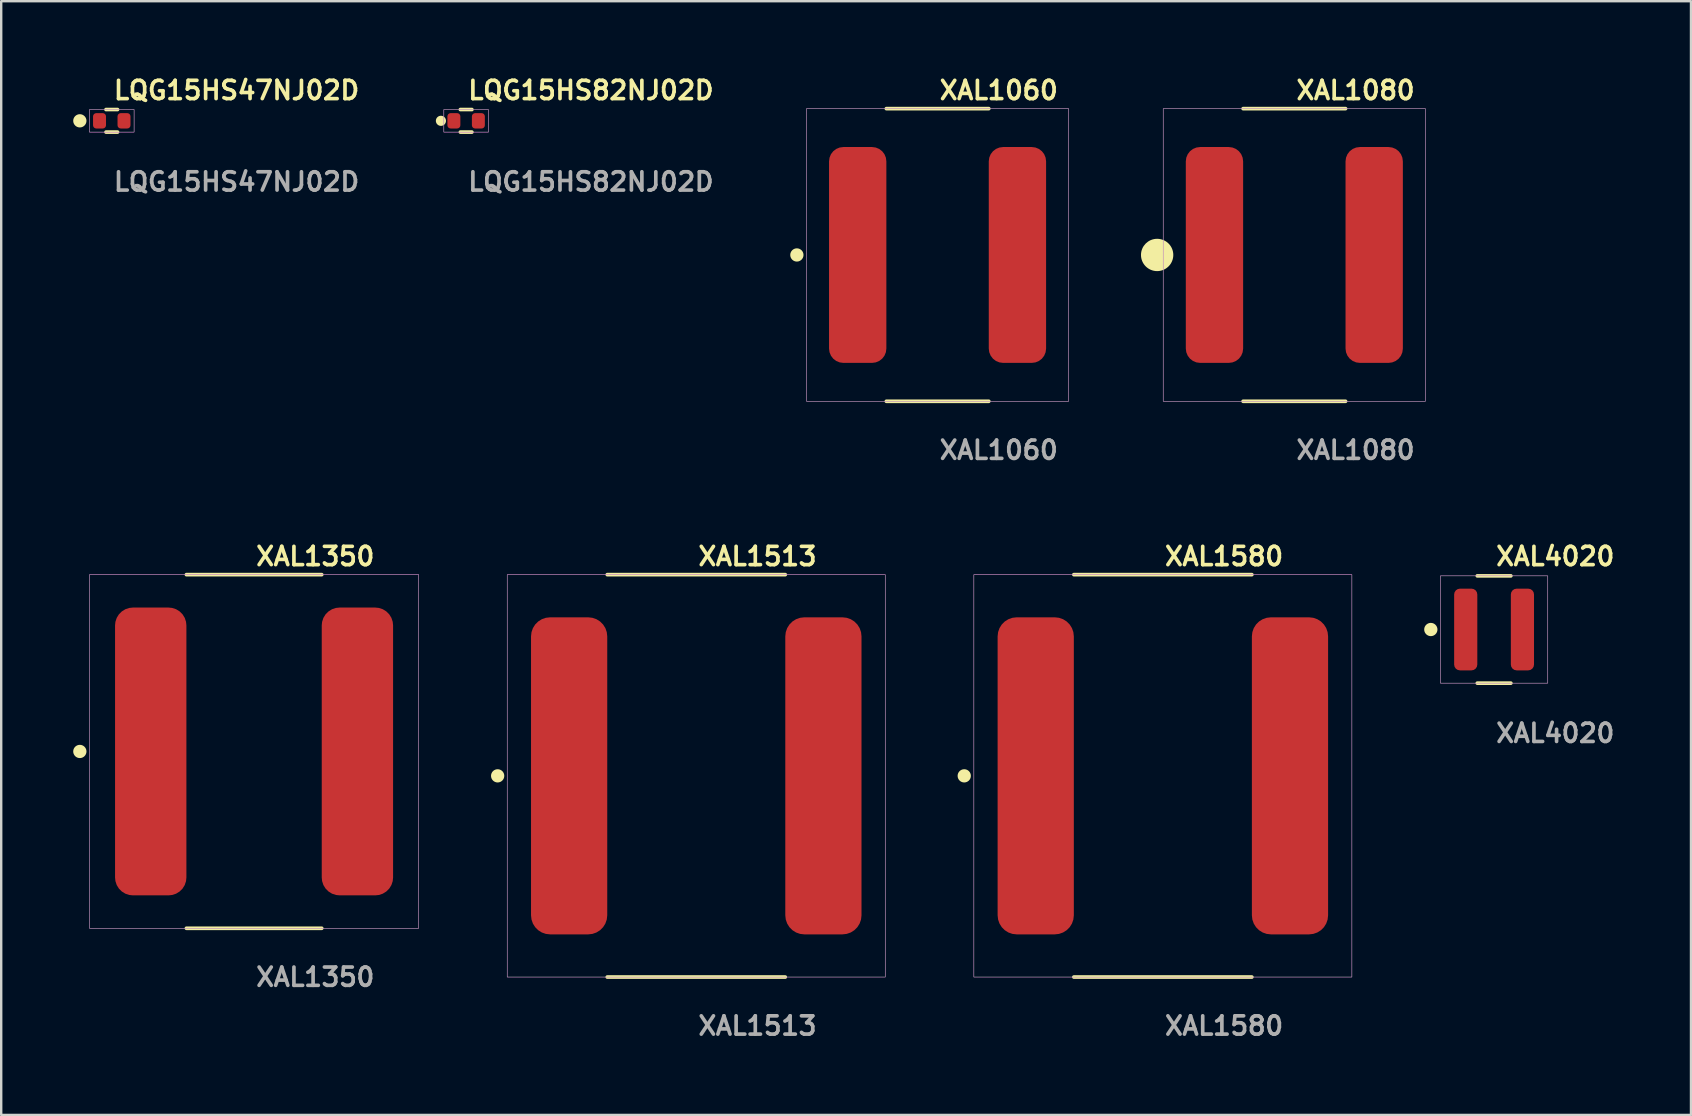
<source format=kicad_pcb>
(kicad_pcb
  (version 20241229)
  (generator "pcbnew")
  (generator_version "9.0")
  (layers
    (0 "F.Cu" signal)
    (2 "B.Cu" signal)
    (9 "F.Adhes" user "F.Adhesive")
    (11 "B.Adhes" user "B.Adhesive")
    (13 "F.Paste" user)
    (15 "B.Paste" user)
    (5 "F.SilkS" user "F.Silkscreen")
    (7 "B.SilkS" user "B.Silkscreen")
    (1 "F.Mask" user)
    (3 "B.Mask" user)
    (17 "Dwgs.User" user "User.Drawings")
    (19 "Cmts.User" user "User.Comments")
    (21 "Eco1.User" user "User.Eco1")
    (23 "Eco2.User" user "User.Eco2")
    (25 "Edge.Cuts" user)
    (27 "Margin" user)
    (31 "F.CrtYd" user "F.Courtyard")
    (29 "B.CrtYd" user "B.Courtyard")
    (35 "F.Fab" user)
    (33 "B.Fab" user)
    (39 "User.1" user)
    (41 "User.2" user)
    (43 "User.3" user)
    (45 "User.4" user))
  (footprint "XAL4020"
    (layer "F.Cu")
    (at 59.19 23.174)
    (property "Reference" "XAL4020" (at 0 -3.048 0) (unlocked yes) (layer "F.SilkS") (effects (font (size 0.762 0.762) (thickness 0.152)) (justify left)))
    (fp_line (start 0.699 -2.235) (end -0.699 -2.235) (stroke (width 0.152) (type solid)) (layer "F.SilkS"))
    (fp_line (start 0.699 2.235) (end -0.699 2.235) (stroke (width 0.152) (type solid)) (layer "F.SilkS"))
    (fp_circle (center -2.635 0) (end -2.835 0) (stroke (width 0.152) (type solid)) (fill yes) (layer "F.SilkS"))
    (fp_rect (start -2.235 -2.235) (end 2.235 2.235) (stroke (width 0.006) (type solid)) (fill no) (layer "F.CrtYd"))
    (fp_rect (start -2.235 -2.235) (end 2.235 2.235) (stroke (width 0.025) (type default)) (fill no) (layer "F.Fab"))
    (fp_text user "${REFERENCE}" (at 0 4.318 0) (unlocked yes) (layer "F.Fab") (effects (font (size 0.762 0.762) (thickness 0.152)) (justify left)))
    (pad "1" smd roundrect (at -1.181 0) (size 0.965 3.404) (layers "F.Cu" "F.Mask" "F.Paste") (roundrect_rratio 0.25))
    (pad "2" smd roundrect (at 1.181 0) (size 0.965 3.404) (layers "F.Cu" "F.Mask" "F.Paste") (roundrect_rratio 0.25)))
  (footprint "XAL1350"
    (layer "F.Cu")
    (at 7.534 28.254)
    (property "Reference" "XAL1350" (at 0 -8.128 0) (unlocked yes) (layer "F.SilkS") (effects (font (size 0.762 0.762) (thickness 0.152)) (justify left)))
    (fp_line (start 2.819 -7.366) (end -2.819 -7.366) (stroke (width 0.152) (type solid)) (layer "F.SilkS"))
    (fp_line (start 2.819 7.366) (end -2.819 7.366) (stroke (width 0.152) (type solid)) (layer "F.SilkS"))
    (fp_circle (center -7.258 0) (end -7.458 0) (stroke (width 0.152) (type solid)) (fill yes) (layer "F.SilkS"))
    (fp_rect (start -6.858 -7.366) (end 6.858 7.366) (stroke (width 0.006) (type solid)) (fill no) (layer "F.CrtYd"))
    (fp_rect (start -6.858 -7.366) (end 6.858 7.366) (stroke (width 0.025) (type default)) (fill no) (layer "F.Fab"))
    (fp_text user "${REFERENCE}" (at 0 9.398 0) (unlocked yes) (layer "F.Fab") (effects (font (size 0.762 0.762) (thickness 0.152)) (justify left)))
    (pad "1" smd roundrect (at -4.305 0) (size 2.972 11.989) (layers "F.Cu" "F.Mask" "F.Paste") (roundrect_rratio 0.25))
    (pad "2" smd roundrect (at 4.305 0) (size 2.972 11.989) (layers "F.Cu" "F.Mask" "F.Paste") (roundrect_rratio 0.25)))
  (footprint "XAL1580"
    (layer "F.Cu")
    (at 45.392 29.27)
    (property "Reference" "XAL1580" (at 0 -9.144 0) (unlocked yes) (layer "F.SilkS") (effects (font (size 0.762 0.762) (thickness 0.152)) (justify left)))
    (fp_line (start 3.708 -8.382) (end -3.708 -8.382) (stroke (width 0.152) (type solid)) (layer "F.SilkS"))
    (fp_line (start 3.708 8.382) (end -3.708 8.382) (stroke (width 0.152) (type solid)) (layer "F.SilkS"))
    (fp_circle (center -8.274 0) (end -8.474 0) (stroke (width 0.152) (type solid)) (fill yes) (layer "F.SilkS"))
    (fp_rect (start -7.874 -8.382) (end 7.874 8.382) (stroke (width 0.006) (type solid)) (fill no) (layer "F.CrtYd"))
    (fp_rect (start -7.874 -8.382) (end 7.874 8.382) (stroke (width 0.025) (type default)) (fill no) (layer "F.Fab"))
    (fp_text user "${REFERENCE}" (at 0 10.414 0) (unlocked yes) (layer "F.Fab") (effects (font (size 0.762 0.762) (thickness 0.152)) (justify left)))
    (pad "1" smd roundrect (at -5.296 0) (size 3.175 13.208) (layers "F.Cu" "F.Mask" "F.Paste") (roundrect_rratio 0.25))
    (pad "2" smd roundrect (at 5.296 0) (size 3.175 13.208) (layers "F.Cu" "F.Mask" "F.Paste") (roundrect_rratio 0.25)))
  (footprint "LQG15HS82NJ02D"
    (layer "F.Cu")
    (at 16.368 1.983)
    (property "Reference" "LQG15HS82NJ02D" (at 0 -1.27 0) (unlocked yes) (layer "F.SilkS") (effects (font (size 0.762 0.762) (thickness 0.152)) (justify left)))
    (fp_line (start 0.24 -0.47) (end -0.24 -0.47) (stroke (width 0.152) (type solid)) (layer "F.SilkS"))
    (fp_line (start 0.24 0.47) (end -0.24 0.47) (stroke (width 0.152) (type solid)) (layer "F.SilkS"))
    (fp_circle (center -1.05 0) (end -1.185 0) (stroke (width 0.152) (type solid)) (fill yes) (layer "F.SilkS"))
    (fp_rect (start -0.93 -0.47) (end 0.93 0.47) (stroke (width 0.006) (type solid)) (fill no) (layer "F.CrtYd"))
    (fp_rect (start -0.93 -0.47) (end 0.93 0.47) (stroke (width 0.025) (type default)) (fill no) (layer "F.Fab"))
    (fp_text user "${REFERENCE}" (at 0 2.54 0) (unlocked yes) (layer "F.Fab") (effects (font (size 0.762 0.762) (thickness 0.152)) (justify left)))
    (pad "1" smd roundrect (at -0.51 0) (size 0.54 0.64) (layers "F.Cu" "F.Mask" "F.Paste") (roundrect_rratio 0.25))
    (pad "2" smd roundrect (at 0.51 0) (size 0.54 0.64) (layers "F.Cu" "F.Mask" "F.Paste") (roundrect_rratio 0.25)))
  (footprint "XAL1060"
    (layer "F.Cu")
    (at 36.007 7.571)
    (property "Reference" "XAL1060" (at 0 -6.858 0) (unlocked yes) (layer "F.SilkS") (effects (font (size 0.762 0.762) (thickness 0.152)) (justify left)))
    (fp_line (start 2.134 -6.096) (end -2.134 -6.096) (stroke (width 0.152) (type solid)) (layer "F.SilkS"))
    (fp_line (start 2.134 6.096) (end -2.134 6.096) (stroke (width 0.152) (type solid)) (layer "F.SilkS"))
    (fp_circle (center -5.861 0) (end -6.061 0) (stroke (width 0.152) (type solid)) (fill yes) (layer "F.SilkS"))
    (fp_rect (start -5.461 -6.096) (end 5.461 6.096) (stroke (width 0.006) (type solid)) (fill no) (layer "F.CrtYd"))
    (fp_rect (start -5.461 -6.096) (end 5.461 6.096) (stroke (width 0.025) (type default)) (fill no) (layer "F.Fab"))
    (fp_text user "${REFERENCE}" (at 0 8.128 0) (unlocked yes) (layer "F.Fab") (effects (font (size 0.762 0.762) (thickness 0.152)) (justify left)))
    (pad "1" smd roundrect (at -3.327 0) (size 2.388 8.992) (layers "F.Cu" "F.Mask" "F.Paste") (roundrect_rratio 0.25))
    (pad "2" smd roundrect (at 3.327 0) (size 2.388 8.992) (layers "F.Cu" "F.Mask" "F.Paste") (roundrect_rratio 0.25)))
  (footprint "LQG15HS47NJ02D"
    (layer "F.Cu")
    (at 1.606 1.983)
    (property "Reference" "LQG15HS47NJ02D" (at 0 -1.27 0) (unlocked yes) (layer "F.SilkS") (effects (font (size 0.762 0.762) (thickness 0.152)) (justify left)))
    (fp_line (start 0.24 -0.47) (end -0.24 -0.47) (stroke (width 0.152) (type solid)) (layer "F.SilkS"))
    (fp_line (start 0.24 0.47) (end -0.24 0.47) (stroke (width 0.152) (type solid)) (layer "F.SilkS"))
    (fp_circle (center -1.33 0) (end -1.53 0) (stroke (width 0.152) (type solid)) (fill yes) (layer "F.SilkS"))
    (fp_rect (start -0.93 -0.47) (end 0.93 0.47) (stroke (width 0.006) (type solid)) (fill no) (layer "F.CrtYd"))
    (fp_rect (start -0.93 -0.47) (end 0.93 0.47) (stroke (width 0.025) (type default)) (fill no) (layer "F.Fab"))
    (fp_text user "${REFERENCE}" (at 0 2.54 0) (unlocked yes) (layer "F.Fab") (effects (font (size 0.762 0.762) (thickness 0.152)) (justify left)))
    (pad "1" smd roundrect (at -0.51 0) (size 0.54 0.64) (layers "F.Cu" "F.Mask" "F.Paste") (roundrect_rratio 0.25))
    (pad "2" smd roundrect (at 0.51 0) (size 0.54 0.64) (layers "F.Cu" "F.Mask" "F.Paste") (roundrect_rratio 0.25)))
  (footprint "XAL1513"
    (layer "F.Cu")
    (at 25.955 29.27)
    (property "Reference" "XAL1513" (at 0 -9.144 0) (unlocked yes) (layer "F.SilkS") (effects (font (size 0.762 0.762) (thickness 0.152)) (justify left)))
    (fp_line (start 3.708 -8.382) (end -3.708 -8.382) (stroke (width 0.152) (type solid)) (layer "F.SilkS"))
    (fp_line (start 3.708 8.382) (end -3.708 8.382) (stroke (width 0.152) (type solid)) (layer "F.SilkS"))
    (fp_circle (center -8.274 0) (end -8.474 0) (stroke (width 0.152) (type solid)) (fill yes) (layer "F.SilkS"))
    (fp_rect (start -7.874 -8.382) (end 7.874 8.382) (stroke (width 0.006) (type solid)) (fill no) (layer "F.CrtYd"))
    (fp_rect (start -7.874 -8.382) (end 7.874 8.382) (stroke (width 0.025) (type default)) (fill no) (layer "F.Fab"))
    (fp_text user "${REFERENCE}" (at 0 10.414 0) (unlocked yes) (layer "F.Fab") (effects (font (size 0.762 0.762) (thickness 0.152)) (justify left)))
    (pad "1" smd roundrect (at -5.296 0) (size 3.175 13.208) (layers "F.Cu" "F.Mask" "F.Paste") (roundrect_rratio 0.25))
    (pad "2" smd roundrect (at 5.296 0) (size 3.175 13.208) (layers "F.Cu" "F.Mask" "F.Paste") (roundrect_rratio 0.25)))
  (footprint "XAL1080"
    (layer "F.Cu")
    (at 50.869 7.571)
    (property "Reference" "XAL1080" (at 0 -6.858 0) (unlocked yes) (layer "F.SilkS") (effects (font (size 0.762 0.762) (thickness 0.152)) (justify left)))
    (fp_line (start 2.134 -6.096) (end -2.134 -6.096) (stroke (width 0.152) (type solid)) (layer "F.SilkS"))
    (fp_line (start 2.134 6.096) (end -2.134 6.096) (stroke (width 0.152) (type solid)) (layer "F.SilkS"))
    (fp_circle (center -5.715 0) (end -6.312 0) (stroke (width 0.152) (type solid)) (fill yes) (layer "F.SilkS"))
    (fp_rect (start -5.461 -6.096) (end 5.461 6.096) (stroke (width 0.006) (type solid)) (fill no) (layer "F.CrtYd"))
    (fp_rect (start -5.461 -6.096) (end 5.461 6.096) (stroke (width 0.025) (type default)) (fill no) (layer "F.Fab"))
    (fp_text user "${REFERENCE}" (at 0 8.128 0) (unlocked yes) (layer "F.Fab") (effects (font (size 0.762 0.762) (thickness 0.152)) (justify left)))
    (pad "1" smd roundrect (at -3.327 0) (size 2.388 8.992) (layers "F.Cu" "F.Mask" "F.Paste") (roundrect_rratio 0.25))
    (pad "2" smd roundrect (at 3.327 0) (size 2.388 8.992) (layers "F.Cu" "F.Mask" "F.Paste") (roundrect_rratio 0.25)))
  (gr_rect
    (start -3 -3)
    (end 67.393 43.397)
    (stroke (width 0.1) (type default))
    (fill no)
    (layer "Edge.Cuts")))
</source>
